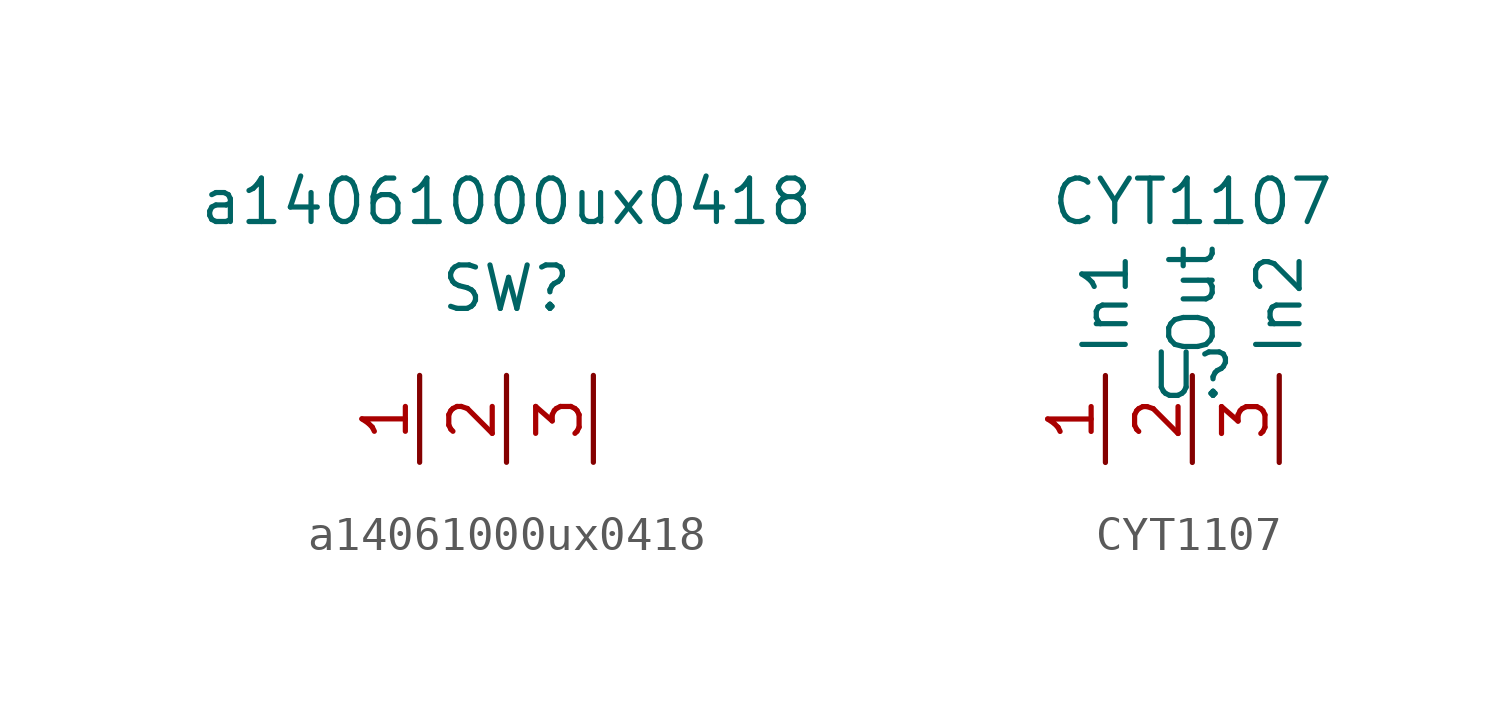
<source format=kicad_sym>
(kicad_symbol_lib
  (version 20211014)
  (generator kicad_symbol_editor)
  (symbol "a14061000ux0418"
    (property "Reference" "SW"
      (at 0 5.08 0)
      (effects (font (size 1.27 1.27))))
    (property "Value" "a14061000ux0418"
      (at 0 7.62 0)
      (effects (font (size 1.27 1.27))))
    (symbol "a14061000ux0418_1_1"
      (pin bidirectional line (at -2.54 0 90) (length 2.54) (name "" (effects (font (size 1.27 1.27)))) (number "1" (effects (font (size 1.27 1.27)))))
      (pin bidirectional line (at 0 0 90) (length 2.54) (name "" (effects (font (size 1.27 1.27)))) (number "2" (effects (font (size 1.27 1.27)))))
      (pin bidirectional line (at 2.54 0 90) (length 2.54) (name "" (effects (font (size 1.27 1.27)))) (number "3" (effects (font (size 1.27 1.27)))))))
  (symbol "CYT1107"
    (property "Reference" "U"
      (at 0 0 0)
      (effects (font (size 1.27 1.27))))
    (property "Value" "CYT1107"
      (at 0 5.08 0)
      (effects (font (size 1.27 1.27))))
    (symbol "CYT1107_1_1"
      (pin input line (at -2.54 -2.54 90) (length 2.54) (name "In1" (effects (font (size 1.27 1.27)))) (number "1" (effects (font (size 1.27 1.27)))))
      (pin output line (at 0 -2.54 90) (length 2.54) (name "Out" (effects (font (size 1.27 1.27)))) (number "2" (effects (font (size 1.27 1.27)))))
      (pin input line (at 2.54 -2.54 90) (length 2.54) (name "In2" (effects (font (size 1.27 1.27)))) (number "3" (effects (font (size 1.27 1.27))))))))
</source>
